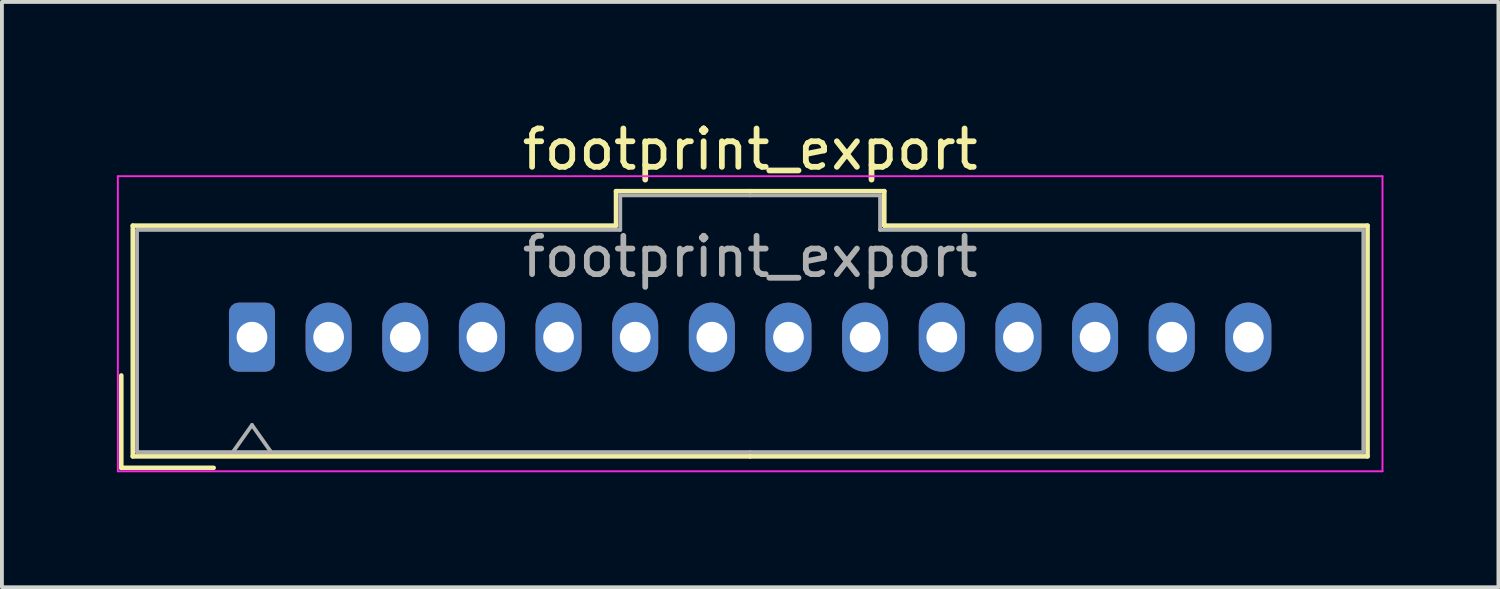
<source format=kicad_pcb>
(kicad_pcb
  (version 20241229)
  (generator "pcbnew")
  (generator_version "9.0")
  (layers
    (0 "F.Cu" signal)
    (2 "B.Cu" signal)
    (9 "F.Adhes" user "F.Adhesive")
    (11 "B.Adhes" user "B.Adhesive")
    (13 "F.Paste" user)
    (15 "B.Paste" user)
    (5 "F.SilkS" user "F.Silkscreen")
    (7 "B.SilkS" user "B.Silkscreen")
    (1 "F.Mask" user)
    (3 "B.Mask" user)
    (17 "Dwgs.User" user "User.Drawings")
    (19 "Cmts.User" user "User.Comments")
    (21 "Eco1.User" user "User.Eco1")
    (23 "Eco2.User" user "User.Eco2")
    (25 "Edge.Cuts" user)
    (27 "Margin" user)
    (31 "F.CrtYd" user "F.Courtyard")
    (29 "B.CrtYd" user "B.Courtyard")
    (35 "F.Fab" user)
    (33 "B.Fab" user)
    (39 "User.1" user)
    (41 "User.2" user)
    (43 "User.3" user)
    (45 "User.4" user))
  (footprint "footprint_export"
    (layer "F.Cu")
    (at 3.525 5.748)
    (property "Reference" "footprint_export" (at 13 -4.9 0) (layer "F.SilkS") (effects (font (size 1 1) (thickness 0.15))))
    (attr through_hole)
    (fp_line (start -3.41 1) (end -3.41 3.41) (stroke (width 0.12) (type solid)) (layer "F.SilkS"))
    (fp_line (start -3.41 3.41) (end -1 3.41) (stroke (width 0.12) (type solid)) (layer "F.SilkS"))
    (fp_line (start -3.11 -2.91) (end -3.11 3.11) (stroke (width 0.12) (type solid)) (layer "F.SilkS"))
    (fp_line (start -3.11 3.11) (end 13 3.11) (stroke (width 0.12) (type solid)) (layer "F.SilkS"))
    (fp_line (start 9.5 -3.81) (end 9.5 -2.91) (stroke (width 0.12) (type solid)) (layer "F.SilkS"))
    (fp_line (start 9.5 -2.91) (end -3.11 -2.91) (stroke (width 0.12) (type solid)) (layer "F.SilkS"))
    (fp_line (start 13 -3.81) (end 9.5 -3.81) (stroke (width 0.12) (type solid)) (layer "F.SilkS"))
    (fp_line (start 13 -3.81) (end 16.5 -3.81) (stroke (width 0.12) (type solid)) (layer "F.SilkS"))
    (fp_line (start 16.5 -3.81) (end 16.5 -2.91) (stroke (width 0.12) (type solid)) (layer "F.SilkS"))
    (fp_line (start 16.5 -2.91) (end 29.11 -2.91) (stroke (width 0.12) (type solid)) (layer "F.SilkS"))
    (fp_line (start 29.11 -2.91) (end 29.11 3.11) (stroke (width 0.12) (type solid)) (layer "F.SilkS"))
    (fp_line (start 29.11 3.11) (end 13 3.11) (stroke (width 0.12) (type solid)) (layer "F.SilkS"))
    (fp_line (start -3.5 -4.2) (end -3.5 3.5) (stroke (width 0.05) (type solid)) (layer "F.CrtYd"))
    (fp_line (start -3.5 3.5) (end 29.5 3.5) (stroke (width 0.05) (type solid)) (layer "F.CrtYd"))
    (fp_line (start 29.5 -4.2) (end -3.5 -4.2) (stroke (width 0.05) (type solid)) (layer "F.CrtYd"))
    (fp_line (start 29.5 3.5) (end 29.5 -4.2) (stroke (width 0.05) (type solid)) (layer "F.CrtYd"))
    (fp_line (start -3 -2.8) (end -3 3) (stroke (width 0.1) (type solid)) (layer "F.Fab"))
    (fp_line (start -3 3) (end 13 3) (stroke (width 0.1) (type solid)) (layer "F.Fab"))
    (fp_line (start -0.5 3) (end 0 2.293) (stroke (width 0.1) (type solid)) (layer "F.Fab"))
    (fp_line (start 0 2.293) (end 0.5 3) (stroke (width 0.1) (type solid)) (layer "F.Fab"))
    (fp_line (start 9.61 -3.7) (end 9.61 -2.8) (stroke (width 0.1) (type solid)) (layer "F.Fab"))
    (fp_line (start 9.61 -2.8) (end -3 -2.8) (stroke (width 0.1) (type solid)) (layer "F.Fab"))
    (fp_line (start 13 -3.7) (end 9.61 -3.7) (stroke (width 0.1) (type solid)) (layer "F.Fab"))
    (fp_line (start 13 -3.7) (end 16.39 -3.7) (stroke (width 0.1) (type solid)) (layer "F.Fab"))
    (fp_line (start 16.39 -3.7) (end 16.39 -2.8) (stroke (width 0.1) (type solid)) (layer "F.Fab"))
    (fp_line (start 16.39 -2.8) (end 29 -2.8) (stroke (width 0.1) (type solid)) (layer "F.Fab"))
    (fp_line (start 29 -2.8) (end 29 3) (stroke (width 0.1) (type solid)) (layer "F.Fab"))
    (fp_line (start 29 3) (end 13 3) (stroke (width 0.1) (type solid)) (layer "F.Fab"))
    (fp_text user "${REFERENCE}" (at 13 -2.1 0) (layer "F.Fab") (effects (font (size 1 1) (thickness 0.15))))
    (pad "1" thru_hole roundrect (at 0 0) (size 1.2 1.8) (drill 0.8) (layers "*.Cu" "*.Mask") (roundrect_rratio 0.208))
    (pad "2" thru_hole oval (at 2 0) (size 1.2 1.8) (drill 0.8) (layers "*.Cu" "*.Mask"))
    (pad "3" thru_hole oval (at 4 0) (size 1.2 1.8) (drill 0.8) (layers "*.Cu" "*.Mask"))
    (pad "4" thru_hole oval (at 6 0) (size 1.2 1.8) (drill 0.8) (layers "*.Cu" "*.Mask"))
    (pad "5" thru_hole oval (at 8 0) (size 1.2 1.8) (drill 0.8) (layers "*.Cu" "*.Mask"))
    (pad "6" thru_hole oval (at 10 0) (size 1.2 1.8) (drill 0.8) (layers "*.Cu" "*.Mask"))
    (pad "7" thru_hole oval (at 12 0) (size 1.2 1.8) (drill 0.8) (layers "*.Cu" "*.Mask"))
    (pad "8" thru_hole oval (at 14 0) (size 1.2 1.8) (drill 0.8) (layers "*.Cu" "*.Mask"))
    (pad "9" thru_hole oval (at 16 0) (size 1.2 1.8) (drill 0.8) (layers "*.Cu" "*.Mask"))
    (pad "10" thru_hole oval (at 18 0) (size 1.2 1.8) (drill 0.8) (layers "*.Cu" "*.Mask"))
    (pad "11" thru_hole oval (at 20 0) (size 1.2 1.8) (drill 0.8) (layers "*.Cu" "*.Mask"))
    (pad "12" thru_hole oval (at 22 0) (size 1.2 1.8) (drill 0.8) (layers "*.Cu" "*.Mask"))
    (pad "13" thru_hole oval (at 24 0) (size 1.2 1.8) (drill 0.8) (layers "*.Cu" "*.Mask"))
    (pad "14" thru_hole oval (at 26 0) (size 1.2 1.8) (drill 0.8) (layers "*.Cu" "*.Mask")))
  (gr_rect
    (start -3 -3)
    (end 36.05 12.273)
    (stroke (width 0.1) (type default))
    (fill no)
    (layer "Edge.Cuts")))
</source>
